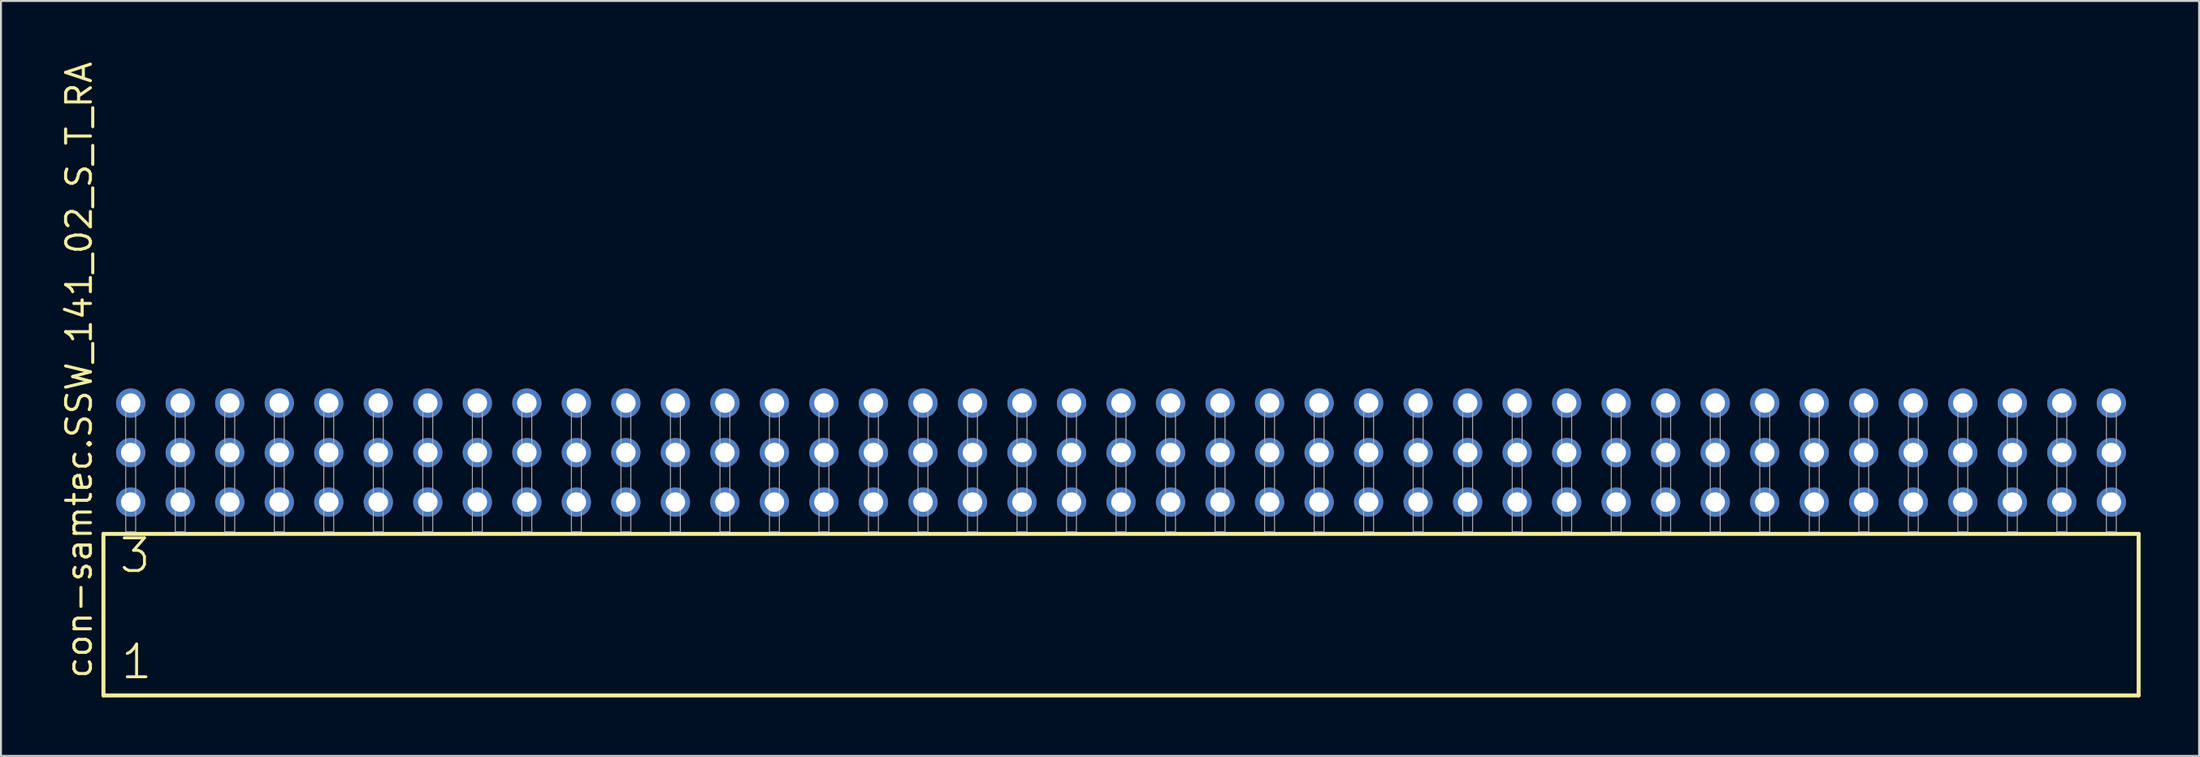
<source format=kicad_pcb>
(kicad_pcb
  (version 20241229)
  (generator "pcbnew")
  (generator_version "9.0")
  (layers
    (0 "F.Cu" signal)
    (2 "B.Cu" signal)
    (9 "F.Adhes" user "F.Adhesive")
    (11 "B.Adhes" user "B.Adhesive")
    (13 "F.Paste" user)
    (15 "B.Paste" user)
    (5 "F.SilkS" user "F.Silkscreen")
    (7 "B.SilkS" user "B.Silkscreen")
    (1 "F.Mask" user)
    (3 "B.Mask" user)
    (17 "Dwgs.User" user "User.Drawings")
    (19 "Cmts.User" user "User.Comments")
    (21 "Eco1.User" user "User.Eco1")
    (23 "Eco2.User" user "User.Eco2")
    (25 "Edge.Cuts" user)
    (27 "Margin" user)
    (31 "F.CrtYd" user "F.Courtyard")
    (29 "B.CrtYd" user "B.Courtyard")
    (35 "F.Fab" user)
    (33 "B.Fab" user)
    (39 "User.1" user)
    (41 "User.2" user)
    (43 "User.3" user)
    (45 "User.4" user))
  (footprint "con-samtec.SSW_141_02_S_T_RA"
    (layer "F.Cu")
    (at 54.455 24.235)
    (property "Reference" "con-samtec.SSW_141_02_S_T_RA" (at -52.705 7.62 90) (layer "F.SilkS") (effects (font (size 1.27 1.27) (thickness 0.16)) (justify left bottom)))
    (attr through_hole)
    (fp_line (start -52.199 0.106) (end -52.199 8.396) (stroke (width 0.203) (type default)) (layer "F.SilkS"))
    (fp_line (start -52.199 8.396) (end 52.199 8.396) (stroke (width 0.203) (type default)) (layer "F.SilkS"))
    (fp_line (start 52.199 0.106) (end -52.199 0.106) (stroke (width 0.203) (type default)) (layer "F.SilkS"))
    (fp_line (start 52.199 8.396) (end 52.199 0.106) (stroke (width 0.203) (type default)) (layer "F.SilkS"))
    (fp_rect (start -51.054 0) (end -50.546 -6.858) (stroke (width 0.05) (type default)) (fill no) (layer "F.Fab"))
    (fp_rect (start -48.514 0) (end -48.006 -6.858) (stroke (width 0.05) (type default)) (fill no) (layer "F.Fab"))
    (fp_rect (start -45.974 0) (end -45.466 -6.858) (stroke (width 0.05) (type default)) (fill no) (layer "F.Fab"))
    (fp_rect (start -43.434 0) (end -42.926 -6.858) (stroke (width 0.05) (type default)) (fill no) (layer "F.Fab"))
    (fp_rect (start -40.894 0) (end -40.386 -6.858) (stroke (width 0.05) (type default)) (fill no) (layer "F.Fab"))
    (fp_rect (start -38.354 0) (end -37.846 -6.858) (stroke (width 0.05) (type default)) (fill no) (layer "F.Fab"))
    (fp_rect (start -35.814 0) (end -35.306 -6.858) (stroke (width 0.05) (type default)) (fill no) (layer "F.Fab"))
    (fp_rect (start -33.274 0) (end -32.766 -6.858) (stroke (width 0.05) (type default)) (fill no) (layer "F.Fab"))
    (fp_rect (start -30.734 0) (end -30.226 -6.858) (stroke (width 0.05) (type default)) (fill no) (layer "F.Fab"))
    (fp_rect (start -28.194 0) (end -27.686 -6.858) (stroke (width 0.05) (type default)) (fill no) (layer "F.Fab"))
    (fp_rect (start -25.654 0) (end -25.146 -6.858) (stroke (width 0.05) (type default)) (fill no) (layer "F.Fab"))
    (fp_rect (start -23.114 0) (end -22.606 -6.858) (stroke (width 0.05) (type default)) (fill no) (layer "F.Fab"))
    (fp_rect (start -20.574 0) (end -20.066 -6.858) (stroke (width 0.05) (type default)) (fill no) (layer "F.Fab"))
    (fp_rect (start -18.034 0) (end -17.526 -6.858) (stroke (width 0.05) (type default)) (fill no) (layer "F.Fab"))
    (fp_rect (start -15.494 0) (end -14.986 -6.858) (stroke (width 0.05) (type default)) (fill no) (layer "F.Fab"))
    (fp_rect (start -12.954 0) (end -12.446 -6.858) (stroke (width 0.05) (type default)) (fill no) (layer "F.Fab"))
    (fp_rect (start -10.414 0) (end -9.906 -6.858) (stroke (width 0.05) (type default)) (fill no) (layer "F.Fab"))
    (fp_rect (start -7.874 0) (end -7.366 -6.858) (stroke (width 0.05) (type default)) (fill no) (layer "F.Fab"))
    (fp_rect (start -5.334 0) (end -4.826 -6.858) (stroke (width 0.05) (type default)) (fill no) (layer "F.Fab"))
    (fp_rect (start -2.794 0) (end -2.286 -6.858) (stroke (width 0.05) (type default)) (fill no) (layer "F.Fab"))
    (fp_rect (start -0.254 0) (end 0.254 -6.858) (stroke (width 0.05) (type default)) (fill no) (layer "F.Fab"))
    (fp_rect (start 2.286 0) (end 2.794 -6.858) (stroke (width 0.05) (type default)) (fill no) (layer "F.Fab"))
    (fp_rect (start 4.826 0) (end 5.334 -6.858) (stroke (width 0.05) (type default)) (fill no) (layer "F.Fab"))
    (fp_rect (start 7.366 0) (end 7.874 -6.858) (stroke (width 0.05) (type default)) (fill no) (layer "F.Fab"))
    (fp_rect (start 9.906 0) (end 10.414 -6.858) (stroke (width 0.05) (type default)) (fill no) (layer "F.Fab"))
    (fp_rect (start 12.446 0) (end 12.954 -6.858) (stroke (width 0.05) (type default)) (fill no) (layer "F.Fab"))
    (fp_rect (start 14.986 0) (end 15.494 -6.858) (stroke (width 0.05) (type default)) (fill no) (layer "F.Fab"))
    (fp_rect (start 17.526 0) (end 18.034 -6.858) (stroke (width 0.05) (type default)) (fill no) (layer "F.Fab"))
    (fp_rect (start 20.066 0) (end 20.574 -6.858) (stroke (width 0.05) (type default)) (fill no) (layer "F.Fab"))
    (fp_rect (start 22.606 0) (end 23.114 -6.858) (stroke (width 0.05) (type default)) (fill no) (layer "F.Fab"))
    (fp_rect (start 25.146 0) (end 25.654 -6.858) (stroke (width 0.05) (type default)) (fill no) (layer "F.Fab"))
    (fp_rect (start 27.686 0) (end 28.194 -6.858) (stroke (width 0.05) (type default)) (fill no) (layer "F.Fab"))
    (fp_rect (start 30.226 0) (end 30.734 -6.858) (stroke (width 0.05) (type default)) (fill no) (layer "F.Fab"))
    (fp_rect (start 32.766 0) (end 33.274 -6.858) (stroke (width 0.05) (type default)) (fill no) (layer "F.Fab"))
    (fp_rect (start 35.306 0) (end 35.814 -6.858) (stroke (width 0.05) (type default)) (fill no) (layer "F.Fab"))
    (fp_rect (start 37.846 0) (end 38.354 -6.858) (stroke (width 0.05) (type default)) (fill no) (layer "F.Fab"))
    (fp_rect (start 40.386 0) (end 40.894 -6.858) (stroke (width 0.05) (type default)) (fill no) (layer "F.Fab"))
    (fp_rect (start 42.926 0) (end 43.434 -6.858) (stroke (width 0.05) (type default)) (fill no) (layer "F.Fab"))
    (fp_rect (start 45.466 0) (end 45.974 -6.858) (stroke (width 0.05) (type default)) (fill no) (layer "F.Fab"))
    (fp_rect (start 48.006 0) (end 48.514 -6.858) (stroke (width 0.05) (type default)) (fill no) (layer "F.Fab"))
    (fp_rect (start 50.546 0) (end 51.054 -6.858) (stroke (width 0.05) (type default)) (fill no) (layer "F.Fab"))
    (fp_text user "1" (at -51.395 7.65 0) (layer "F.SilkS") (effects (font (size 1.676 1.676) (thickness 0.15)) (justify left bottom)))
    (fp_text user "3" (at -51.47 2.2 0) (layer "F.SilkS") (effects (font (size 1.676 1.676) (thickness 0.15)) (justify left bottom)))
    (pad "1" thru_hole circle (at -50.8 -1.524) (size 1.5 1.5) (drill 1) (layers "*.Cu" "*.Mask"))
    (pad "2" thru_hole circle (at -50.8 -4.064) (size 1.5 1.5) (drill 1) (layers "*.Cu" "*.Mask"))
    (pad "3" thru_hole circle (at -50.8 -6.604) (size 1.5 1.5) (drill 1) (layers "*.Cu" "*.Mask"))
    (pad "4" thru_hole circle (at -48.26 -1.524) (size 1.5 1.5) (drill 1) (layers "*.Cu" "*.Mask"))
    (pad "5" thru_hole circle (at -48.26 -4.064) (size 1.5 1.5) (drill 1) (layers "*.Cu" "*.Mask"))
    (pad "6" thru_hole circle (at -48.26 -6.604) (size 1.5 1.5) (drill 1) (layers "*.Cu" "*.Mask"))
    (pad "7" thru_hole circle (at -45.72 -1.524) (size 1.5 1.5) (drill 1) (layers "*.Cu" "*.Mask"))
    (pad "8" thru_hole circle (at -45.72 -4.064) (size 1.5 1.5) (drill 1) (layers "*.Cu" "*.Mask"))
    (pad "9" thru_hole circle (at -45.72 -6.604) (size 1.5 1.5) (drill 1) (layers "*.Cu" "*.Mask"))
    (pad "10" thru_hole circle (at -43.18 -1.524) (size 1.5 1.5) (drill 1) (layers "*.Cu" "*.Mask"))
    (pad "11" thru_hole circle (at -43.18 -4.064) (size 1.5 1.5) (drill 1) (layers "*.Cu" "*.Mask"))
    (pad "12" thru_hole circle (at -43.18 -6.604) (size 1.5 1.5) (drill 1) (layers "*.Cu" "*.Mask"))
    (pad "13" thru_hole circle (at -40.64 -1.524) (size 1.5 1.5) (drill 1) (layers "*.Cu" "*.Mask"))
    (pad "14" thru_hole circle (at -40.64 -4.064) (size 1.5 1.5) (drill 1) (layers "*.Cu" "*.Mask"))
    (pad "15" thru_hole circle (at -40.64 -6.604) (size 1.5 1.5) (drill 1) (layers "*.Cu" "*.Mask"))
    (pad "16" thru_hole circle (at -38.1 -1.524) (size 1.5 1.5) (drill 1) (layers "*.Cu" "*.Mask"))
    (pad "17" thru_hole circle (at -38.1 -4.064) (size 1.5 1.5) (drill 1) (layers "*.Cu" "*.Mask"))
    (pad "18" thru_hole circle (at -38.1 -6.604) (size 1.5 1.5) (drill 1) (layers "*.Cu" "*.Mask"))
    (pad "19" thru_hole circle (at -35.56 -1.524) (size 1.5 1.5) (drill 1) (layers "*.Cu" "*.Mask"))
    (pad "20" thru_hole circle (at -35.56 -4.064) (size 1.5 1.5) (drill 1) (layers "*.Cu" "*.Mask"))
    (pad "21" thru_hole circle (at -35.56 -6.604) (size 1.5 1.5) (drill 1) (layers "*.Cu" "*.Mask"))
    (pad "22" thru_hole circle (at -33.02 -1.524) (size 1.5 1.5) (drill 1) (layers "*.Cu" "*.Mask"))
    (pad "23" thru_hole circle (at -33.02 -4.064) (size 1.5 1.5) (drill 1) (layers "*.Cu" "*.Mask"))
    (pad "24" thru_hole circle (at -33.02 -6.604) (size 1.5 1.5) (drill 1) (layers "*.Cu" "*.Mask"))
    (pad "25" thru_hole circle (at -30.48 -1.524) (size 1.5 1.5) (drill 1) (layers "*.Cu" "*.Mask"))
    (pad "26" thru_hole circle (at -30.48 -4.064) (size 1.5 1.5) (drill 1) (layers "*.Cu" "*.Mask"))
    (pad "27" thru_hole circle (at -30.48 -6.604) (size 1.5 1.5) (drill 1) (layers "*.Cu" "*.Mask"))
    (pad "28" thru_hole circle (at -27.94 -1.524) (size 1.5 1.5) (drill 1) (layers "*.Cu" "*.Mask"))
    (pad "29" thru_hole circle (at -27.94 -4.064) (size 1.5 1.5) (drill 1) (layers "*.Cu" "*.Mask"))
    (pad "30" thru_hole circle (at -27.94 -6.604) (size 1.5 1.5) (drill 1) (layers "*.Cu" "*.Mask"))
    (pad "31" thru_hole circle (at -25.4 -1.524) (size 1.5 1.5) (drill 1) (layers "*.Cu" "*.Mask"))
    (pad "32" thru_hole circle (at -25.4 -4.064) (size 1.5 1.5) (drill 1) (layers "*.Cu" "*.Mask"))
    (pad "33" thru_hole circle (at -25.4 -6.604) (size 1.5 1.5) (drill 1) (layers "*.Cu" "*.Mask"))
    (pad "34" thru_hole circle (at -22.86 -1.524) (size 1.5 1.5) (drill 1) (layers "*.Cu" "*.Mask"))
    (pad "35" thru_hole circle (at -22.86 -4.064) (size 1.5 1.5) (drill 1) (layers "*.Cu" "*.Mask"))
    (pad "36" thru_hole circle (at -22.86 -6.604) (size 1.5 1.5) (drill 1) (layers "*.Cu" "*.Mask"))
    (pad "37" thru_hole circle (at -20.32 -1.524) (size 1.5 1.5) (drill 1) (layers "*.Cu" "*.Mask"))
    (pad "38" thru_hole circle (at -20.32 -4.064) (size 1.5 1.5) (drill 1) (layers "*.Cu" "*.Mask"))
    (pad "39" thru_hole circle (at -20.32 -6.604) (size 1.5 1.5) (drill 1) (layers "*.Cu" "*.Mask"))
    (pad "40" thru_hole circle (at -17.78 -1.524) (size 1.5 1.5) (drill 1) (layers "*.Cu" "*.Mask"))
    (pad "41" thru_hole circle (at -17.78 -4.064) (size 1.5 1.5) (drill 1) (layers "*.Cu" "*.Mask"))
    (pad "42" thru_hole circle (at -17.78 -6.604) (size 1.5 1.5) (drill 1) (layers "*.Cu" "*.Mask"))
    (pad "43" thru_hole circle (at -15.24 -1.524) (size 1.5 1.5) (drill 1) (layers "*.Cu" "*.Mask"))
    (pad "44" thru_hole circle (at -15.24 -4.064) (size 1.5 1.5) (drill 1) (layers "*.Cu" "*.Mask"))
    (pad "45" thru_hole circle (at -15.24 -6.604) (size 1.5 1.5) (drill 1) (layers "*.Cu" "*.Mask"))
    (pad "46" thru_hole circle (at -12.7 -1.524) (size 1.5 1.5) (drill 1) (layers "*.Cu" "*.Mask"))
    (pad "47" thru_hole circle (at -12.7 -4.064) (size 1.5 1.5) (drill 1) (layers "*.Cu" "*.Mask"))
    (pad "48" thru_hole circle (at -12.7 -6.604) (size 1.5 1.5) (drill 1) (layers "*.Cu" "*.Mask"))
    (pad "49" thru_hole circle (at -10.16 -1.524) (size 1.5 1.5) (drill 1) (layers "*.Cu" "*.Mask"))
    (pad "50" thru_hole circle (at -10.16 -4.064) (size 1.5 1.5) (drill 1) (layers "*.Cu" "*.Mask"))
    (pad "51" thru_hole circle (at -10.16 -6.604) (size 1.5 1.5) (drill 1) (layers "*.Cu" "*.Mask"))
    (pad "52" thru_hole circle (at -7.62 -1.524) (size 1.5 1.5) (drill 1) (layers "*.Cu" "*.Mask"))
    (pad "53" thru_hole circle (at -7.62 -4.064) (size 1.5 1.5) (drill 1) (layers "*.Cu" "*.Mask"))
    (pad "54" thru_hole circle (at -7.62 -6.604) (size 1.5 1.5) (drill 1) (layers "*.Cu" "*.Mask"))
    (pad "55" thru_hole circle (at -5.08 -1.524) (size 1.5 1.5) (drill 1) (layers "*.Cu" "*.Mask"))
    (pad "56" thru_hole circle (at -5.08 -4.064) (size 1.5 1.5) (drill 1) (layers "*.Cu" "*.Mask"))
    (pad "57" thru_hole circle (at -5.08 -6.604) (size 1.5 1.5) (drill 1) (layers "*.Cu" "*.Mask"))
    (pad "58" thru_hole circle (at -2.54 -1.524) (size 1.5 1.5) (drill 1) (layers "*.Cu" "*.Mask"))
    (pad "59" thru_hole circle (at -2.54 -4.064) (size 1.5 1.5) (drill 1) (layers "*.Cu" "*.Mask"))
    (pad "60" thru_hole circle (at -2.54 -6.604) (size 1.5 1.5) (drill 1) (layers "*.Cu" "*.Mask"))
    (pad "61" thru_hole circle (at 0 -1.524) (size 1.5 1.5) (drill 1) (layers "*.Cu" "*.Mask"))
    (pad "62" thru_hole circle (at 0 -4.064) (size 1.5 1.5) (drill 1) (layers "*.Cu" "*.Mask"))
    (pad "63" thru_hole circle (at 0 -6.604) (size 1.5 1.5) (drill 1) (layers "*.Cu" "*.Mask"))
    (pad "64" thru_hole circle (at 2.54 -1.524) (size 1.5 1.5) (drill 1) (layers "*.Cu" "*.Mask"))
    (pad "65" thru_hole circle (at 2.54 -4.064) (size 1.5 1.5) (drill 1) (layers "*.Cu" "*.Mask"))
    (pad "66" thru_hole circle (at 2.54 -6.604) (size 1.5 1.5) (drill 1) (layers "*.Cu" "*.Mask"))
    (pad "67" thru_hole circle (at 5.08 -1.524) (size 1.5 1.5) (drill 1) (layers "*.Cu" "*.Mask"))
    (pad "68" thru_hole circle (at 5.08 -4.064) (size 1.5 1.5) (drill 1) (layers "*.Cu" "*.Mask"))
    (pad "69" thru_hole circle (at 5.08 -6.604) (size 1.5 1.5) (drill 1) (layers "*.Cu" "*.Mask"))
    (pad "70" thru_hole circle (at 7.62 -1.524) (size 1.5 1.5) (drill 1) (layers "*.Cu" "*.Mask"))
    (pad "71" thru_hole circle (at 7.62 -4.064) (size 1.5 1.5) (drill 1) (layers "*.Cu" "*.Mask"))
    (pad "72" thru_hole circle (at 7.62 -6.604) (size 1.5 1.5) (drill 1) (layers "*.Cu" "*.Mask"))
    (pad "73" thru_hole circle (at 10.16 -1.524) (size 1.5 1.5) (drill 1) (layers "*.Cu" "*.Mask"))
    (pad "74" thru_hole circle (at 10.16 -4.064) (size 1.5 1.5) (drill 1) (layers "*.Cu" "*.Mask"))
    (pad "75" thru_hole circle (at 10.16 -6.604) (size 1.5 1.5) (drill 1) (layers "*.Cu" "*.Mask"))
    (pad "76" thru_hole circle (at 12.7 -1.524) (size 1.5 1.5) (drill 1) (layers "*.Cu" "*.Mask"))
    (pad "77" thru_hole circle (at 12.7 -4.064) (size 1.5 1.5) (drill 1) (layers "*.Cu" "*.Mask"))
    (pad "78" thru_hole circle (at 12.7 -6.604) (size 1.5 1.5) (drill 1) (layers "*.Cu" "*.Mask"))
    (pad "79" thru_hole circle (at 15.24 -1.524) (size 1.5 1.5) (drill 1) (layers "*.Cu" "*.Mask"))
    (pad "80" thru_hole circle (at 15.24 -4.064) (size 1.5 1.5) (drill 1) (layers "*.Cu" "*.Mask"))
    (pad "81" thru_hole circle (at 15.24 -6.604) (size 1.5 1.5) (drill 1) (layers "*.Cu" "*.Mask"))
    (pad "82" thru_hole circle (at 17.78 -1.524) (size 1.5 1.5) (drill 1) (layers "*.Cu" "*.Mask"))
    (pad "83" thru_hole circle (at 17.78 -4.064) (size 1.5 1.5) (drill 1) (layers "*.Cu" "*.Mask"))
    (pad "84" thru_hole circle (at 17.78 -6.604) (size 1.5 1.5) (drill 1) (layers "*.Cu" "*.Mask"))
    (pad "85" thru_hole circle (at 20.32 -1.524) (size 1.5 1.5) (drill 1) (layers "*.Cu" "*.Mask"))
    (pad "86" thru_hole circle (at 20.32 -4.064) (size 1.5 1.5) (drill 1) (layers "*.Cu" "*.Mask"))
    (pad "87" thru_hole circle (at 20.32 -6.604) (size 1.5 1.5) (drill 1) (layers "*.Cu" "*.Mask"))
    (pad "88" thru_hole circle (at 22.86 -1.524) (size 1.5 1.5) (drill 1) (layers "*.Cu" "*.Mask"))
    (pad "89" thru_hole circle (at 22.86 -4.064) (size 1.5 1.5) (drill 1) (layers "*.Cu" "*.Mask"))
    (pad "90" thru_hole circle (at 22.86 -6.604) (size 1.5 1.5) (drill 1) (layers "*.Cu" "*.Mask"))
    (pad "91" thru_hole circle (at 25.4 -1.524) (size 1.5 1.5) (drill 1) (layers "*.Cu" "*.Mask"))
    (pad "92" thru_hole circle (at 25.4 -4.064) (size 1.5 1.5) (drill 1) (layers "*.Cu" "*.Mask"))
    (pad "93" thru_hole circle (at 25.4 -6.604) (size 1.5 1.5) (drill 1) (layers "*.Cu" "*.Mask"))
    (pad "94" thru_hole circle (at 27.94 -1.524) (size 1.5 1.5) (drill 1) (layers "*.Cu" "*.Mask"))
    (pad "95" thru_hole circle (at 27.94 -4.064) (size 1.5 1.5) (drill 1) (layers "*.Cu" "*.Mask"))
    (pad "96" thru_hole circle (at 27.94 -6.604) (size 1.5 1.5) (drill 1) (layers "*.Cu" "*.Mask"))
    (pad "97" thru_hole circle (at 30.48 -1.524) (size 1.5 1.5) (drill 1) (layers "*.Cu" "*.Mask"))
    (pad "98" thru_hole circle (at 30.48 -4.064) (size 1.5 1.5) (drill 1) (layers "*.Cu" "*.Mask"))
    (pad "99" thru_hole circle (at 30.48 -6.604) (size 1.5 1.5) (drill 1) (layers "*.Cu" "*.Mask"))
    (pad "100" thru_hole circle (at 33.02 -1.524) (size 1.5 1.5) (drill 1) (layers "*.Cu" "*.Mask"))
    (pad "101" thru_hole circle (at 33.02 -4.064) (size 1.5 1.5) (drill 1) (layers "*.Cu" "*.Mask"))
    (pad "102" thru_hole circle (at 33.02 -6.604) (size 1.5 1.5) (drill 1) (layers "*.Cu" "*.Mask"))
    (pad "103" thru_hole circle (at 35.56 -1.524) (size 1.5 1.5) (drill 1) (layers "*.Cu" "*.Mask"))
    (pad "104" thru_hole circle (at 35.56 -4.064) (size 1.5 1.5) (drill 1) (layers "*.Cu" "*.Mask"))
    (pad "105" thru_hole circle (at 35.56 -6.604) (size 1.5 1.5) (drill 1) (layers "*.Cu" "*.Mask"))
    (pad "106" thru_hole circle (at 38.1 -1.524) (size 1.5 1.5) (drill 1) (layers "*.Cu" "*.Mask"))
    (pad "107" thru_hole circle (at 38.1 -4.064) (size 1.5 1.5) (drill 1) (layers "*.Cu" "*.Mask"))
    (pad "108" thru_hole circle (at 38.1 -6.604) (size 1.5 1.5) (drill 1) (layers "*.Cu" "*.Mask"))
    (pad "109" thru_hole circle (at 40.64 -1.524) (size 1.5 1.5) (drill 1) (layers "*.Cu" "*.Mask"))
    (pad "110" thru_hole circle (at 40.64 -4.064) (size 1.5 1.5) (drill 1) (layers "*.Cu" "*.Mask"))
    (pad "111" thru_hole circle (at 40.64 -6.604) (size 1.5 1.5) (drill 1) (layers "*.Cu" "*.Mask"))
    (pad "112" thru_hole circle (at 43.18 -1.524) (size 1.5 1.5) (drill 1) (layers "*.Cu" "*.Mask"))
    (pad "113" thru_hole circle (at 43.18 -4.064) (size 1.5 1.5) (drill 1) (layers "*.Cu" "*.Mask"))
    (pad "114" thru_hole circle (at 43.18 -6.604) (size 1.5 1.5) (drill 1) (layers "*.Cu" "*.Mask"))
    (pad "115" thru_hole circle (at 45.72 -1.524) (size 1.5 1.5) (drill 1) (layers "*.Cu" "*.Mask"))
    (pad "116" thru_hole circle (at 45.72 -4.064) (size 1.5 1.5) (drill 1) (layers "*.Cu" "*.Mask"))
    (pad "117" thru_hole circle (at 45.72 -6.604) (size 1.5 1.5) (drill 1) (layers "*.Cu" "*.Mask"))
    (pad "118" thru_hole circle (at 48.26 -1.524) (size 1.5 1.5) (drill 1) (layers "*.Cu" "*.Mask"))
    (pad "119" thru_hole circle (at 48.26 -4.064) (size 1.5 1.5) (drill 1) (layers "*.Cu" "*.Mask"))
    (pad "120" thru_hole circle (at 48.26 -6.604) (size 1.5 1.5) (drill 1) (layers "*.Cu" "*.Mask"))
    (pad "121" thru_hole circle (at 50.8 -1.524) (size 1.5 1.5) (drill 1) (layers "*.Cu" "*.Mask"))
    (pad "122" thru_hole circle (at 50.8 -4.064) (size 1.5 1.5) (drill 1) (layers "*.Cu" "*.Mask"))
    (pad "123" thru_hole circle (at 50.8 -6.604) (size 1.5 1.5) (drill 1) (layers "*.Cu" "*.Mask")))
  (gr_rect
    (start -3 -3)
    (end 109.756 35.733)
    (stroke (width 0.1) (type default))
    (fill no)
    (layer "Edge.Cuts")))
</source>
